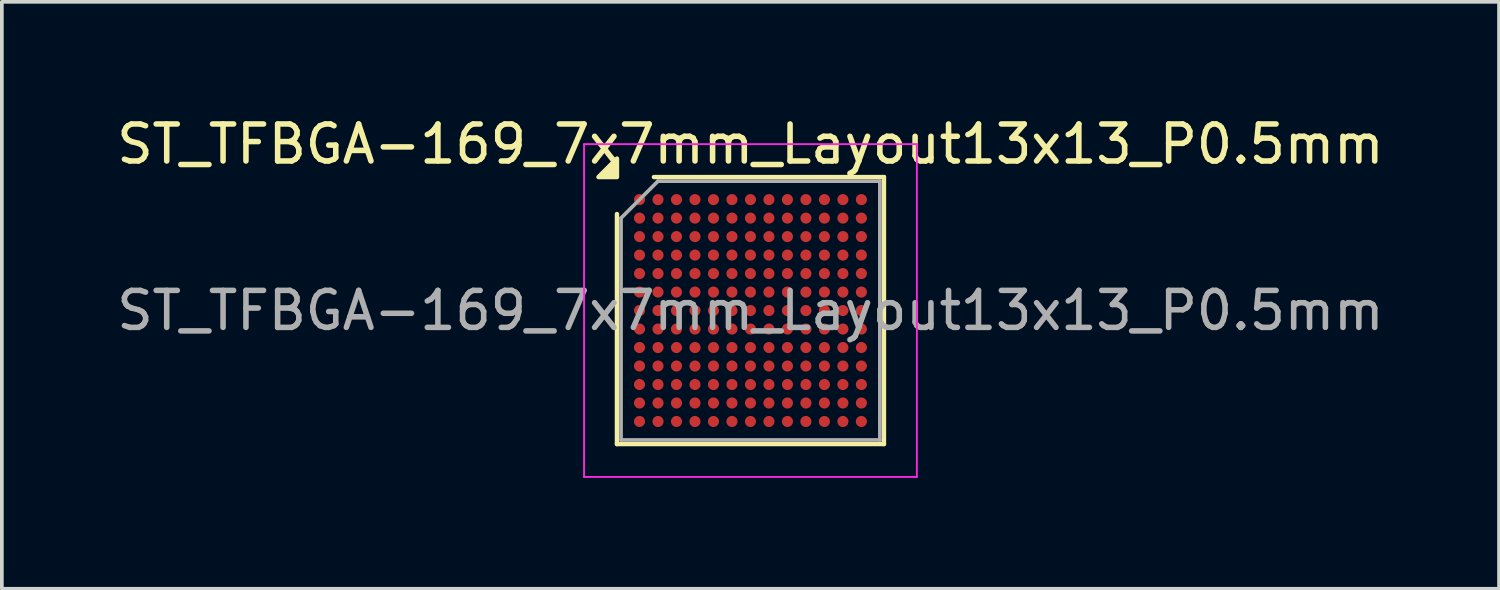
<source format=kicad_pcb>
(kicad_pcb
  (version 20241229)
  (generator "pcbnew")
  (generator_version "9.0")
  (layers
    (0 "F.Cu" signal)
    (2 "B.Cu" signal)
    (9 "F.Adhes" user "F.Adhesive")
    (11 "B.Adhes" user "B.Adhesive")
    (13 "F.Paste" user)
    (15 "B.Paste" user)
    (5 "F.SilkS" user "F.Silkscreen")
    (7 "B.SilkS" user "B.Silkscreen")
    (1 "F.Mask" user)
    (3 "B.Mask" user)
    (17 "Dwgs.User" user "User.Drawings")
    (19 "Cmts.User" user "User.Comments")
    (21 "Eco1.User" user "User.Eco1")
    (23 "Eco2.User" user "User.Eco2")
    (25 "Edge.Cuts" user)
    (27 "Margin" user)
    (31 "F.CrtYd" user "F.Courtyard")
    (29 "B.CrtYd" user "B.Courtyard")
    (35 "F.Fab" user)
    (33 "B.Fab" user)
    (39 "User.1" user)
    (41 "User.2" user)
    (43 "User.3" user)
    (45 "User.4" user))
  (footprint "ST_TFBGA-169_7x7mm_Layout13x13_P0.5mm"
    (layer "F.Cu")
    (at 17.244 5.348)
    (property "Reference" "ST_TFBGA-169_7x7mm_Layout13x13_P0.5mm" (at 0 -4.5 0) (layer "F.SilkS") (effects (font (size 1 1) (thickness 0.15))))
    (attr smd)
    (fp_line (start -3.61 3.61) (end -3.61 -2.61) (stroke (width 0.12) (type solid)) (layer "F.SilkS"))
    (fp_line (start -2.61 -3.61) (end 3.61 -3.61) (stroke (width 0.12) (type solid)) (layer "F.SilkS"))
    (fp_line (start 3.61 -3.61) (end 3.61 3.61) (stroke (width 0.12) (type solid)) (layer "F.SilkS"))
    (fp_line (start 3.61 3.61) (end -3.61 3.61) (stroke (width 0.12) (type solid)) (layer "F.SilkS"))
    (fp_poly (pts (xy -3.61 -3.61) (xy -4.11 -3.61) (xy -3.61 -4.11) (xy -3.61 -3.61)) (stroke (width 0.12) (type solid)) (fill yes) (layer "F.SilkS"))
    (fp_line (start -4.5 -4.5) (end -4.5 4.5) (stroke (width 0.05) (type solid)) (layer "F.CrtYd"))
    (fp_line (start -4.5 4.5) (end 4.5 4.5) (stroke (width 0.05) (type solid)) (layer "F.CrtYd"))
    (fp_line (start 4.5 -4.5) (end -4.5 -4.5) (stroke (width 0.05) (type solid)) (layer "F.CrtYd"))
    (fp_line (start 4.5 4.5) (end 4.5 -4.5) (stroke (width 0.05) (type solid)) (layer "F.CrtYd"))
    (fp_line (start -3.5 -2.5) (end -2.5 -3.5) (stroke (width 0.1) (type solid)) (layer "F.Fab"))
    (fp_line (start -3.5 3.5) (end -3.5 -2.5) (stroke (width 0.1) (type solid)) (layer "F.Fab"))
    (fp_line (start -2.5 -3.5) (end 3.5 -3.5) (stroke (width 0.1) (type solid)) (layer "F.Fab"))
    (fp_line (start 3.5 -3.5) (end 3.5 3.5) (stroke (width 0.1) (type solid)) (layer "F.Fab"))
    (fp_line (start 3.5 3.5) (end -3.5 3.5) (stroke (width 0.1) (type solid)) (layer "F.Fab"))
    (fp_text user "${REFERENCE}" (at 0 0 0) (layer "F.Fab") (effects (font (size 1 1) (thickness 0.15))))
    (pad "A1" smd circle (at -3 -3) (size 0.3 0.3) (property pad_prop_bga) (layers "F.Cu" "F.Mask" "F.Paste"))
    (pad "A2" smd circle (at -2.5 -3) (size 0.3 0.3) (property pad_prop_bga) (layers "F.Cu" "F.Mask" "F.Paste"))
    (pad "A3" smd circle (at -2 -3) (size 0.3 0.3) (property pad_prop_bga) (layers "F.Cu" "F.Mask" "F.Paste"))
    (pad "A4" smd circle (at -1.5 -3) (size 0.3 0.3) (property pad_prop_bga) (layers "F.Cu" "F.Mask" "F.Paste"))
    (pad "A5" smd circle (at -1 -3) (size 0.3 0.3) (property pad_prop_bga) (layers "F.Cu" "F.Mask" "F.Paste"))
    (pad "A6" smd circle (at -0.5 -3) (size 0.3 0.3) (property pad_prop_bga) (layers "F.Cu" "F.Mask" "F.Paste"))
    (pad "A7" smd circle (at 0 -3) (size 0.3 0.3) (property pad_prop_bga) (layers "F.Cu" "F.Mask" "F.Paste"))
    (pad "A8" smd circle (at 0.5 -3) (size 0.3 0.3) (property pad_prop_bga) (layers "F.Cu" "F.Mask" "F.Paste"))
    (pad "A9" smd circle (at 1 -3) (size 0.3 0.3) (property pad_prop_bga) (layers "F.Cu" "F.Mask" "F.Paste"))
    (pad "A10" smd circle (at 1.5 -3) (size 0.3 0.3) (property pad_prop_bga) (layers "F.Cu" "F.Mask" "F.Paste"))
    (pad "A11" smd circle (at 2 -3) (size 0.3 0.3) (property pad_prop_bga) (layers "F.Cu" "F.Mask" "F.Paste"))
    (pad "A12" smd circle (at 2.5 -3) (size 0.3 0.3) (property pad_prop_bga) (layers "F.Cu" "F.Mask" "F.Paste"))
    (pad "A13" smd circle (at 3 -3) (size 0.3 0.3) (property pad_prop_bga) (layers "F.Cu" "F.Mask" "F.Paste"))
    (pad "B1" smd circle (at -3 -2.5) (size 0.3 0.3) (property pad_prop_bga) (layers "F.Cu" "F.Mask" "F.Paste"))
    (pad "B2" smd circle (at -2.5 -2.5) (size 0.3 0.3) (property pad_prop_bga) (layers "F.Cu" "F.Mask" "F.Paste"))
    (pad "B3" smd circle (at -2 -2.5) (size 0.3 0.3) (property pad_prop_bga) (layers "F.Cu" "F.Mask" "F.Paste"))
    (pad "B4" smd circle (at -1.5 -2.5) (size 0.3 0.3) (property pad_prop_bga) (layers "F.Cu" "F.Mask" "F.Paste"))
    (pad "B5" smd circle (at -1 -2.5) (size 0.3 0.3) (property pad_prop_bga) (layers "F.Cu" "F.Mask" "F.Paste"))
    (pad "B6" smd circle (at -0.5 -2.5) (size 0.3 0.3) (property pad_prop_bga) (layers "F.Cu" "F.Mask" "F.Paste"))
    (pad "B7" smd circle (at 0 -2.5) (size 0.3 0.3) (property pad_prop_bga) (layers "F.Cu" "F.Mask" "F.Paste"))
    (pad "B8" smd circle (at 0.5 -2.5) (size 0.3 0.3) (property pad_prop_bga) (layers "F.Cu" "F.Mask" "F.Paste"))
    (pad "B9" smd circle (at 1 -2.5) (size 0.3 0.3) (property pad_prop_bga) (layers "F.Cu" "F.Mask" "F.Paste"))
    (pad "B10" smd circle (at 1.5 -2.5) (size 0.3 0.3) (property pad_prop_bga) (layers "F.Cu" "F.Mask" "F.Paste"))
    (pad "B11" smd circle (at 2 -2.5) (size 0.3 0.3) (property pad_prop_bga) (layers "F.Cu" "F.Mask" "F.Paste"))
    (pad "B12" smd circle (at 2.5 -2.5) (size 0.3 0.3) (property pad_prop_bga) (layers "F.Cu" "F.Mask" "F.Paste"))
    (pad "B13" smd circle (at 3 -2.5) (size 0.3 0.3) (property pad_prop_bga) (layers "F.Cu" "F.Mask" "F.Paste"))
    (pad "C1" smd circle (at -3 -2) (size 0.3 0.3) (property pad_prop_bga) (layers "F.Cu" "F.Mask" "F.Paste"))
    (pad "C2" smd circle (at -2.5 -2) (size 0.3 0.3) (property pad_prop_bga) (layers "F.Cu" "F.Mask" "F.Paste"))
    (pad "C3" smd circle (at -2 -2) (size 0.3 0.3) (property pad_prop_bga) (layers "F.Cu" "F.Mask" "F.Paste"))
    (pad "C4" smd circle (at -1.5 -2) (size 0.3 0.3) (property pad_prop_bga) (layers "F.Cu" "F.Mask" "F.Paste"))
    (pad "C5" smd circle (at -1 -2) (size 0.3 0.3) (property pad_prop_bga) (layers "F.Cu" "F.Mask" "F.Paste"))
    (pad "C6" smd circle (at -0.5 -2) (size 0.3 0.3) (property pad_prop_bga) (layers "F.Cu" "F.Mask" "F.Paste"))
    (pad "C7" smd circle (at 0 -2) (size 0.3 0.3) (property pad_prop_bga) (layers "F.Cu" "F.Mask" "F.Paste"))
    (pad "C8" smd circle (at 0.5 -2) (size 0.3 0.3) (property pad_prop_bga) (layers "F.Cu" "F.Mask" "F.Paste"))
    (pad "C9" smd circle (at 1 -2) (size 0.3 0.3) (property pad_prop_bga) (layers "F.Cu" "F.Mask" "F.Paste"))
    (pad "C10" smd circle (at 1.5 -2) (size 0.3 0.3) (property pad_prop_bga) (layers "F.Cu" "F.Mask" "F.Paste"))
    (pad "C11" smd circle (at 2 -2) (size 0.3 0.3) (property pad_prop_bga) (layers "F.Cu" "F.Mask" "F.Paste"))
    (pad "C12" smd circle (at 2.5 -2) (size 0.3 0.3) (property pad_prop_bga) (layers "F.Cu" "F.Mask" "F.Paste"))
    (pad "C13" smd circle (at 3 -2) (size 0.3 0.3) (property pad_prop_bga) (layers "F.Cu" "F.Mask" "F.Paste"))
    (pad "D1" smd circle (at -3 -1.5) (size 0.3 0.3) (property pad_prop_bga) (layers "F.Cu" "F.Mask" "F.Paste"))
    (pad "D2" smd circle (at -2.5 -1.5) (size 0.3 0.3) (property pad_prop_bga) (layers "F.Cu" "F.Mask" "F.Paste"))
    (pad "D3" smd circle (at -2 -1.5) (size 0.3 0.3) (property pad_prop_bga) (layers "F.Cu" "F.Mask" "F.Paste"))
    (pad "D4" smd circle (at -1.5 -1.5) (size 0.3 0.3) (property pad_prop_bga) (layers "F.Cu" "F.Mask" "F.Paste"))
    (pad "D5" smd circle (at -1 -1.5) (size 0.3 0.3) (property pad_prop_bga) (layers "F.Cu" "F.Mask" "F.Paste"))
    (pad "D6" smd circle (at -0.5 -1.5) (size 0.3 0.3) (property pad_prop_bga) (layers "F.Cu" "F.Mask" "F.Paste"))
    (pad "D7" smd circle (at 0 -1.5) (size 0.3 0.3) (property pad_prop_bga) (layers "F.Cu" "F.Mask" "F.Paste"))
    (pad "D8" smd circle (at 0.5 -1.5) (size 0.3 0.3) (property pad_prop_bga) (layers "F.Cu" "F.Mask" "F.Paste"))
    (pad "D9" smd circle (at 1 -1.5) (size 0.3 0.3) (property pad_prop_bga) (layers "F.Cu" "F.Mask" "F.Paste"))
    (pad "D10" smd circle (at 1.5 -1.5) (size 0.3 0.3) (property pad_prop_bga) (layers "F.Cu" "F.Mask" "F.Paste"))
    (pad "D11" smd circle (at 2 -1.5) (size 0.3 0.3) (property pad_prop_bga) (layers "F.Cu" "F.Mask" "F.Paste"))
    (pad "D12" smd circle (at 2.5 -1.5) (size 0.3 0.3) (property pad_prop_bga) (layers "F.Cu" "F.Mask" "F.Paste"))
    (pad "D13" smd circle (at 3 -1.5) (size 0.3 0.3) (property pad_prop_bga) (layers "F.Cu" "F.Mask" "F.Paste"))
    (pad "E1" smd circle (at -3 -1) (size 0.3 0.3) (property pad_prop_bga) (layers "F.Cu" "F.Mask" "F.Paste"))
    (pad "E2" smd circle (at -2.5 -1) (size 0.3 0.3) (property pad_prop_bga) (layers "F.Cu" "F.Mask" "F.Paste"))
    (pad "E3" smd circle (at -2 -1) (size 0.3 0.3) (property pad_prop_bga) (layers "F.Cu" "F.Mask" "F.Paste"))
    (pad "E4" smd circle (at -1.5 -1) (size 0.3 0.3) (property pad_prop_bga) (layers "F.Cu" "F.Mask" "F.Paste"))
    (pad "E5" smd circle (at -1 -1) (size 0.3 0.3) (property pad_prop_bga) (layers "F.Cu" "F.Mask" "F.Paste"))
    (pad "E6" smd circle (at -0.5 -1) (size 0.3 0.3) (property pad_prop_bga) (layers "F.Cu" "F.Mask" "F.Paste"))
    (pad "E7" smd circle (at 0 -1) (size 0.3 0.3) (property pad_prop_bga) (layers "F.Cu" "F.Mask" "F.Paste"))
    (pad "E8" smd circle (at 0.5 -1) (size 0.3 0.3) (property pad_prop_bga) (layers "F.Cu" "F.Mask" "F.Paste"))
    (pad "E9" smd circle (at 1 -1) (size 0.3 0.3) (property pad_prop_bga) (layers "F.Cu" "F.Mask" "F.Paste"))
    (pad "E10" smd circle (at 1.5 -1) (size 0.3 0.3) (property pad_prop_bga) (layers "F.Cu" "F.Mask" "F.Paste"))
    (pad "E11" smd circle (at 2 -1) (size 0.3 0.3) (property pad_prop_bga) (layers "F.Cu" "F.Mask" "F.Paste"))
    (pad "E12" smd circle (at 2.5 -1) (size 0.3 0.3) (property pad_prop_bga) (layers "F.Cu" "F.Mask" "F.Paste"))
    (pad "E13" smd circle (at 3 -1) (size 0.3 0.3) (property pad_prop_bga) (layers "F.Cu" "F.Mask" "F.Paste"))
    (pad "F1" smd circle (at -3 -0.5) (size 0.3 0.3) (property pad_prop_bga) (layers "F.Cu" "F.Mask" "F.Paste"))
    (pad "F2" smd circle (at -2.5 -0.5) (size 0.3 0.3) (property pad_prop_bga) (layers "F.Cu" "F.Mask" "F.Paste"))
    (pad "F3" smd circle (at -2 -0.5) (size 0.3 0.3) (property pad_prop_bga) (layers "F.Cu" "F.Mask" "F.Paste"))
    (pad "F4" smd circle (at -1.5 -0.5) (size 0.3 0.3) (property pad_prop_bga) (layers "F.Cu" "F.Mask" "F.Paste"))
    (pad "F5" smd circle (at -1 -0.5) (size 0.3 0.3) (property pad_prop_bga) (layers "F.Cu" "F.Mask" "F.Paste"))
    (pad "F6" smd circle (at -0.5 -0.5) (size 0.3 0.3) (property pad_prop_bga) (layers "F.Cu" "F.Mask" "F.Paste"))
    (pad "F7" smd circle (at 0 -0.5) (size 0.3 0.3) (property pad_prop_bga) (layers "F.Cu" "F.Mask" "F.Paste"))
    (pad "F8" smd circle (at 0.5 -0.5) (size 0.3 0.3) (property pad_prop_bga) (layers "F.Cu" "F.Mask" "F.Paste"))
    (pad "F9" smd circle (at 1 -0.5) (size 0.3 0.3) (property pad_prop_bga) (layers "F.Cu" "F.Mask" "F.Paste"))
    (pad "F10" smd circle (at 1.5 -0.5) (size 0.3 0.3) (property pad_prop_bga) (layers "F.Cu" "F.Mask" "F.Paste"))
    (pad "F11" smd circle (at 2 -0.5) (size 0.3 0.3) (property pad_prop_bga) (layers "F.Cu" "F.Mask" "F.Paste"))
    (pad "F12" smd circle (at 2.5 -0.5) (size 0.3 0.3) (property pad_prop_bga) (layers "F.Cu" "F.Mask" "F.Paste"))
    (pad "F13" smd circle (at 3 -0.5) (size 0.3 0.3) (property pad_prop_bga) (layers "F.Cu" "F.Mask" "F.Paste"))
    (pad "G1" smd circle (at -3 0) (size 0.3 0.3) (property pad_prop_bga) (layers "F.Cu" "F.Mask" "F.Paste"))
    (pad "G2" smd circle (at -2.5 0) (size 0.3 0.3) (property pad_prop_bga) (layers "F.Cu" "F.Mask" "F.Paste"))
    (pad "G3" smd circle (at -2 0) (size 0.3 0.3) (property pad_prop_bga) (layers "F.Cu" "F.Mask" "F.Paste"))
    (pad "G4" smd circle (at -1.5 0) (size 0.3 0.3) (property pad_prop_bga) (layers "F.Cu" "F.Mask" "F.Paste"))
    (pad "G5" smd circle (at -1 0) (size 0.3 0.3) (property pad_prop_bga) (layers "F.Cu" "F.Mask" "F.Paste"))
    (pad "G6" smd circle (at -0.5 0) (size 0.3 0.3) (property pad_prop_bga) (layers "F.Cu" "F.Mask" "F.Paste"))
    (pad "G7" smd circle (at 0 0) (size 0.3 0.3) (property pad_prop_bga) (layers "F.Cu" "F.Mask" "F.Paste"))
    (pad "G8" smd circle (at 0.5 0) (size 0.3 0.3) (property pad_prop_bga) (layers "F.Cu" "F.Mask" "F.Paste"))
    (pad "G9" smd circle (at 1 0) (size 0.3 0.3) (property pad_prop_bga) (layers "F.Cu" "F.Mask" "F.Paste"))
    (pad "G10" smd circle (at 1.5 0) (size 0.3 0.3) (property pad_prop_bga) (layers "F.Cu" "F.Mask" "F.Paste"))
    (pad "G11" smd circle (at 2 0) (size 0.3 0.3) (property pad_prop_bga) (layers "F.Cu" "F.Mask" "F.Paste"))
    (pad "G12" smd circle (at 2.5 0) (size 0.3 0.3) (property pad_prop_bga) (layers "F.Cu" "F.Mask" "F.Paste"))
    (pad "G13" smd circle (at 3 0) (size 0.3 0.3) (property pad_prop_bga) (layers "F.Cu" "F.Mask" "F.Paste"))
    (pad "H1" smd circle (at -3 0.5) (size 0.3 0.3) (property pad_prop_bga) (layers "F.Cu" "F.Mask" "F.Paste"))
    (pad "H2" smd circle (at -2.5 0.5) (size 0.3 0.3) (property pad_prop_bga) (layers "F.Cu" "F.Mask" "F.Paste"))
    (pad "H3" smd circle (at -2 0.5) (size 0.3 0.3) (property pad_prop_bga) (layers "F.Cu" "F.Mask" "F.Paste"))
    (pad "H4" smd circle (at -1.5 0.5) (size 0.3 0.3) (property pad_prop_bga) (layers "F.Cu" "F.Mask" "F.Paste"))
    (pad "H5" smd circle (at -1 0.5) (size 0.3 0.3) (property pad_prop_bga) (layers "F.Cu" "F.Mask" "F.Paste"))
    (pad "H6" smd circle (at -0.5 0.5) (size 0.3 0.3) (property pad_prop_bga) (layers "F.Cu" "F.Mask" "F.Paste"))
    (pad "H7" smd circle (at 0 0.5) (size 0.3 0.3) (property pad_prop_bga) (layers "F.Cu" "F.Mask" "F.Paste"))
    (pad "H8" smd circle (at 0.5 0.5) (size 0.3 0.3) (property pad_prop_bga) (layers "F.Cu" "F.Mask" "F.Paste"))
    (pad "H9" smd circle (at 1 0.5) (size 0.3 0.3) (property pad_prop_bga) (layers "F.Cu" "F.Mask" "F.Paste"))
    (pad "H10" smd circle (at 1.5 0.5) (size 0.3 0.3) (property pad_prop_bga) (layers "F.Cu" "F.Mask" "F.Paste"))
    (pad "H11" smd circle (at 2 0.5) (size 0.3 0.3) (property pad_prop_bga) (layers "F.Cu" "F.Mask" "F.Paste"))
    (pad "H12" smd circle (at 2.5 0.5) (size 0.3 0.3) (property pad_prop_bga) (layers "F.Cu" "F.Mask" "F.Paste"))
    (pad "H13" smd circle (at 3 0.5) (size 0.3 0.3) (property pad_prop_bga) (layers "F.Cu" "F.Mask" "F.Paste"))
    (pad "J1" smd circle (at -3 1) (size 0.3 0.3) (property pad_prop_bga) (layers "F.Cu" "F.Mask" "F.Paste"))
    (pad "J2" smd circle (at -2.5 1) (size 0.3 0.3) (property pad_prop_bga) (layers "F.Cu" "F.Mask" "F.Paste"))
    (pad "J3" smd circle (at -2 1) (size 0.3 0.3) (property pad_prop_bga) (layers "F.Cu" "F.Mask" "F.Paste"))
    (pad "J4" smd circle (at -1.5 1) (size 0.3 0.3) (property pad_prop_bga) (layers "F.Cu" "F.Mask" "F.Paste"))
    (pad "J5" smd circle (at -1 1) (size 0.3 0.3) (property pad_prop_bga) (layers "F.Cu" "F.Mask" "F.Paste"))
    (pad "J6" smd circle (at -0.5 1) (size 0.3 0.3) (property pad_prop_bga) (layers "F.Cu" "F.Mask" "F.Paste"))
    (pad "J7" smd circle (at 0 1) (size 0.3 0.3) (property pad_prop_bga) (layers "F.Cu" "F.Mask" "F.Paste"))
    (pad "J8" smd circle (at 0.5 1) (size 0.3 0.3) (property pad_prop_bga) (layers "F.Cu" "F.Mask" "F.Paste"))
    (pad "J9" smd circle (at 1 1) (size 0.3 0.3) (property pad_prop_bga) (layers "F.Cu" "F.Mask" "F.Paste"))
    (pad "J10" smd circle (at 1.5 1) (size 0.3 0.3) (property pad_prop_bga) (layers "F.Cu" "F.Mask" "F.Paste"))
    (pad "J11" smd circle (at 2 1) (size 0.3 0.3) (property pad_prop_bga) (layers "F.Cu" "F.Mask" "F.Paste"))
    (pad "J12" smd circle (at 2.5 1) (size 0.3 0.3) (property pad_prop_bga) (layers "F.Cu" "F.Mask" "F.Paste"))
    (pad "J13" smd circle (at 3 1) (size 0.3 0.3) (property pad_prop_bga) (layers "F.Cu" "F.Mask" "F.Paste"))
    (pad "K1" smd circle (at -3 1.5) (size 0.3 0.3) (property pad_prop_bga) (layers "F.Cu" "F.Mask" "F.Paste"))
    (pad "K2" smd circle (at -2.5 1.5) (size 0.3 0.3) (property pad_prop_bga) (layers "F.Cu" "F.Mask" "F.Paste"))
    (pad "K3" smd circle (at -2 1.5) (size 0.3 0.3) (property pad_prop_bga) (layers "F.Cu" "F.Mask" "F.Paste"))
    (pad "K4" smd circle (at -1.5 1.5) (size 0.3 0.3) (property pad_prop_bga) (layers "F.Cu" "F.Mask" "F.Paste"))
    (pad "K5" smd circle (at -1 1.5) (size 0.3 0.3) (property pad_prop_bga) (layers "F.Cu" "F.Mask" "F.Paste"))
    (pad "K6" smd circle (at -0.5 1.5) (size 0.3 0.3) (property pad_prop_bga) (layers "F.Cu" "F.Mask" "F.Paste"))
    (pad "K7" smd circle (at 0 1.5) (size 0.3 0.3) (property pad_prop_bga) (layers "F.Cu" "F.Mask" "F.Paste"))
    (pad "K8" smd circle (at 0.5 1.5) (size 0.3 0.3) (property pad_prop_bga) (layers "F.Cu" "F.Mask" "F.Paste"))
    (pad "K9" smd circle (at 1 1.5) (size 0.3 0.3) (property pad_prop_bga) (layers "F.Cu" "F.Mask" "F.Paste"))
    (pad "K10" smd circle (at 1.5 1.5) (size 0.3 0.3) (property pad_prop_bga) (layers "F.Cu" "F.Mask" "F.Paste"))
    (pad "K11" smd circle (at 2 1.5) (size 0.3 0.3) (property pad_prop_bga) (layers "F.Cu" "F.Mask" "F.Paste"))
    (pad "K12" smd circle (at 2.5 1.5) (size 0.3 0.3) (property pad_prop_bga) (layers "F.Cu" "F.Mask" "F.Paste"))
    (pad "K13" smd circle (at 3 1.5) (size 0.3 0.3) (property pad_prop_bga) (layers "F.Cu" "F.Mask" "F.Paste"))
    (pad "L1" smd circle (at -3 2) (size 0.3 0.3) (property pad_prop_bga) (layers "F.Cu" "F.Mask" "F.Paste"))
    (pad "L2" smd circle (at -2.5 2) (size 0.3 0.3) (property pad_prop_bga) (layers "F.Cu" "F.Mask" "F.Paste"))
    (pad "L3" smd circle (at -2 2) (size 0.3 0.3) (property pad_prop_bga) (layers "F.Cu" "F.Mask" "F.Paste"))
    (pad "L4" smd circle (at -1.5 2) (size 0.3 0.3) (property pad_prop_bga) (layers "F.Cu" "F.Mask" "F.Paste"))
    (pad "L5" smd circle (at -1 2) (size 0.3 0.3) (property pad_prop_bga) (layers "F.Cu" "F.Mask" "F.Paste"))
    (pad "L6" smd circle (at -0.5 2) (size 0.3 0.3) (property pad_prop_bga) (layers "F.Cu" "F.Mask" "F.Paste"))
    (pad "L7" smd circle (at 0 2) (size 0.3 0.3) (property pad_prop_bga) (layers "F.Cu" "F.Mask" "F.Paste"))
    (pad "L8" smd circle (at 0.5 2) (size 0.3 0.3) (property pad_prop_bga) (layers "F.Cu" "F.Mask" "F.Paste"))
    (pad "L9" smd circle (at 1 2) (size 0.3 0.3) (property pad_prop_bga) (layers "F.Cu" "F.Mask" "F.Paste"))
    (pad "L10" smd circle (at 1.5 2) (size 0.3 0.3) (property pad_prop_bga) (layers "F.Cu" "F.Mask" "F.Paste"))
    (pad "L11" smd circle (at 2 2) (size 0.3 0.3) (property pad_prop_bga) (layers "F.Cu" "F.Mask" "F.Paste"))
    (pad "L12" smd circle (at 2.5 2) (size 0.3 0.3) (property pad_prop_bga) (layers "F.Cu" "F.Mask" "F.Paste"))
    (pad "L13" smd circle (at 3 2) (size 0.3 0.3) (property pad_prop_bga) (layers "F.Cu" "F.Mask" "F.Paste"))
    (pad "M1" smd circle (at -3 2.5) (size 0.3 0.3) (property pad_prop_bga) (layers "F.Cu" "F.Mask" "F.Paste"))
    (pad "M2" smd circle (at -2.5 2.5) (size 0.3 0.3) (property pad_prop_bga) (layers "F.Cu" "F.Mask" "F.Paste"))
    (pad "M3" smd circle (at -2 2.5) (size 0.3 0.3) (property pad_prop_bga) (layers "F.Cu" "F.Mask" "F.Paste"))
    (pad "M4" smd circle (at -1.5 2.5) (size 0.3 0.3) (property pad_prop_bga) (layers "F.Cu" "F.Mask" "F.Paste"))
    (pad "M5" smd circle (at -1 2.5) (size 0.3 0.3) (property pad_prop_bga) (layers "F.Cu" "F.Mask" "F.Paste"))
    (pad "M6" smd circle (at -0.5 2.5) (size 0.3 0.3) (property pad_prop_bga) (layers "F.Cu" "F.Mask" "F.Paste"))
    (pad "M7" smd circle (at 0 2.5) (size 0.3 0.3) (property pad_prop_bga) (layers "F.Cu" "F.Mask" "F.Paste"))
    (pad "M8" smd circle (at 0.5 2.5) (size 0.3 0.3) (property pad_prop_bga) (layers "F.Cu" "F.Mask" "F.Paste"))
    (pad "M9" smd circle (at 1 2.5) (size 0.3 0.3) (property pad_prop_bga) (layers "F.Cu" "F.Mask" "F.Paste"))
    (pad "M10" smd circle (at 1.5 2.5) (size 0.3 0.3) (property pad_prop_bga) (layers "F.Cu" "F.Mask" "F.Paste"))
    (pad "M11" smd circle (at 2 2.5) (size 0.3 0.3) (property pad_prop_bga) (layers "F.Cu" "F.Mask" "F.Paste"))
    (pad "M12" smd circle (at 2.5 2.5) (size 0.3 0.3) (property pad_prop_bga) (layers "F.Cu" "F.Mask" "F.Paste"))
    (pad "M13" smd circle (at 3 2.5) (size 0.3 0.3) (property pad_prop_bga) (layers "F.Cu" "F.Mask" "F.Paste"))
    (pad "N1" smd circle (at -3 3) (size 0.3 0.3) (property pad_prop_bga) (layers "F.Cu" "F.Mask" "F.Paste"))
    (pad "N2" smd circle (at -2.5 3) (size 0.3 0.3) (property pad_prop_bga) (layers "F.Cu" "F.Mask" "F.Paste"))
    (pad "N3" smd circle (at -2 3) (size 0.3 0.3) (property pad_prop_bga) (layers "F.Cu" "F.Mask" "F.Paste"))
    (pad "N4" smd circle (at -1.5 3) (size 0.3 0.3) (property pad_prop_bga) (layers "F.Cu" "F.Mask" "F.Paste"))
    (pad "N5" smd circle (at -1 3) (size 0.3 0.3) (property pad_prop_bga) (layers "F.Cu" "F.Mask" "F.Paste"))
    (pad "N6" smd circle (at -0.5 3) (size 0.3 0.3) (property pad_prop_bga) (layers "F.Cu" "F.Mask" "F.Paste"))
    (pad "N7" smd circle (at 0 3) (size 0.3 0.3) (property pad_prop_bga) (layers "F.Cu" "F.Mask" "F.Paste"))
    (pad "N8" smd circle (at 0.5 3) (size 0.3 0.3) (property pad_prop_bga) (layers "F.Cu" "F.Mask" "F.Paste"))
    (pad "N9" smd circle (at 1 3) (size 0.3 0.3) (property pad_prop_bga) (layers "F.Cu" "F.Mask" "F.Paste"))
    (pad "N10" smd circle (at 1.5 3) (size 0.3 0.3) (property pad_prop_bga) (layers "F.Cu" "F.Mask" "F.Paste"))
    (pad "N11" smd circle (at 2 3) (size 0.3 0.3) (property pad_prop_bga) (layers "F.Cu" "F.Mask" "F.Paste"))
    (pad "N12" smd circle (at 2.5 3) (size 0.3 0.3) (property pad_prop_bga) (layers "F.Cu" "F.Mask" "F.Paste"))
    (pad "N13" smd circle (at 3 3) (size 0.3 0.3) (property pad_prop_bga) (layers "F.Cu" "F.Mask" "F.Paste")))
  (gr_rect
    (start -3 -3)
    (end 37.488 12.873)
    (stroke (width 0.1) (type default))
    (fill no)
    (layer "Edge.Cuts")))
</source>
